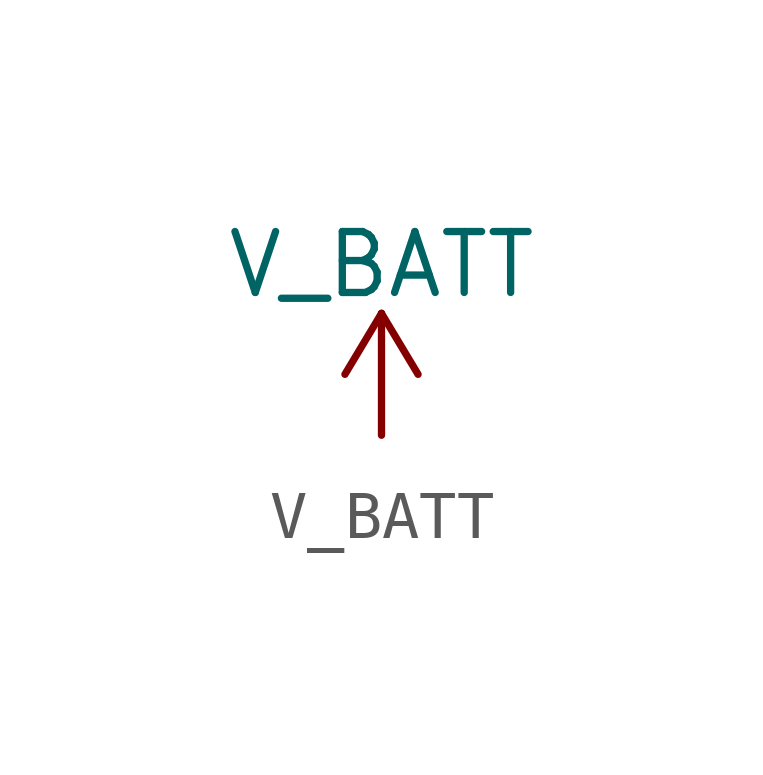
<source format=kicad_sym>
(kicad_symbol_lib
  (version 20211014)
  (generator kicad_symbol_editor)
  (symbol "V_BATT"
    (power)
    (pin_names
      (offset 0))
    (property "Reference" "#PWR"
      (at 0 -3.81 0)
      (effects (font (size 1.27 1.27)) hide))
    (property "Value" "V_BATT"
      (at 0 3.556 0)
      (effects (font (size 1.27 1.27))))
    (symbol "V_BATT_0_1"
      (polyline (pts (xy -0.762 1.27) (xy 0 2.54)) (stroke (width 0) (type default) (color 0 0 0 0)) (fill (type none)))
      (polyline (pts (xy 0 0) (xy 0 2.54)) (stroke (width 0) (type default) (color 0 0 0 0)) (fill (type none)))
      (polyline (pts (xy 0 2.54) (xy 0.762 1.27)) (stroke (width 0) (type default) (color 0 0 0 0)) (fill (type none))))
    (symbol "V_BATT_1_1"
      (pin power_in line (at 0 0 90) (length 0) hide (name "+BATT" (effects (font (size 1.27 1.27)))) (number "1" (effects (font (size 1.27 1.27))))))))
</source>
